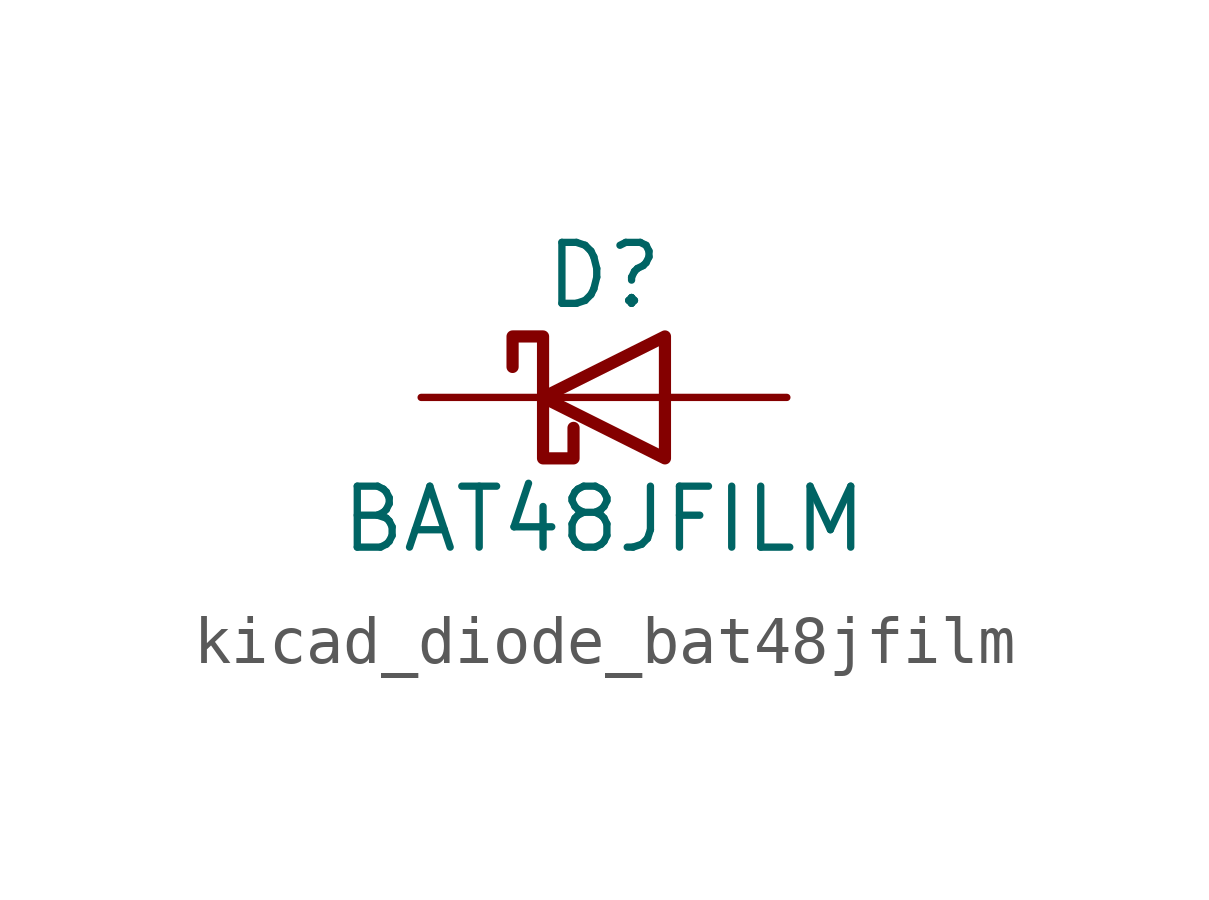
<source format=kicad_sym>
(kicad_symbol_lib
  (version 20220914)
  (generator kicad_symbol_editor)
  (symbol "kicad_diode_bat48jfilm"
    (pin_numbers hide)
    (pin_names
      (offset 1.016) hide)
    (property "Reference" "D"
      (at 0 2.54 0)
      (effects (font (size 1.27 1.27))))
    (property "Value" "BAT48JFILM"
      (at 0 -2.54 0)
      (effects (font (size 1.27 1.27))))
    (symbol "kicad_diode_bat48jfilm_0_1"
      (polyline (pts (xy 1.27 0) (xy -1.27 0)) (stroke (width 0) (type default)) (fill (type none)))
      (polyline (pts (xy 1.27 1.27) (xy 1.27 -1.27) (xy -1.27 0) (xy 1.27 1.27)) (stroke (width 0.254) (type default)) (fill (type none)))
      (polyline (pts (xy -1.905 0.635) (xy -1.905 1.27) (xy -1.27 1.27) (xy -1.27 -1.27) (xy -0.635 -1.27) (xy -0.635 -0.635)) (stroke (width 0.254) (type default)) (fill (type none))))
    (symbol "kicad_diode_bat48jfilm_1_1"
      (pin passive line (at -3.81 0 0) (length 2.54) (name "K" (effects (font (size 1.27 1.27)))) (number "1" (effects (font (size 1.27 1.27)))))
      (pin passive line (at 3.81 0 180) (length 2.54) (name "A" (effects (font (size 1.27 1.27)))) (number "2" (effects (font (size 1.27 1.27))))))))
</source>
